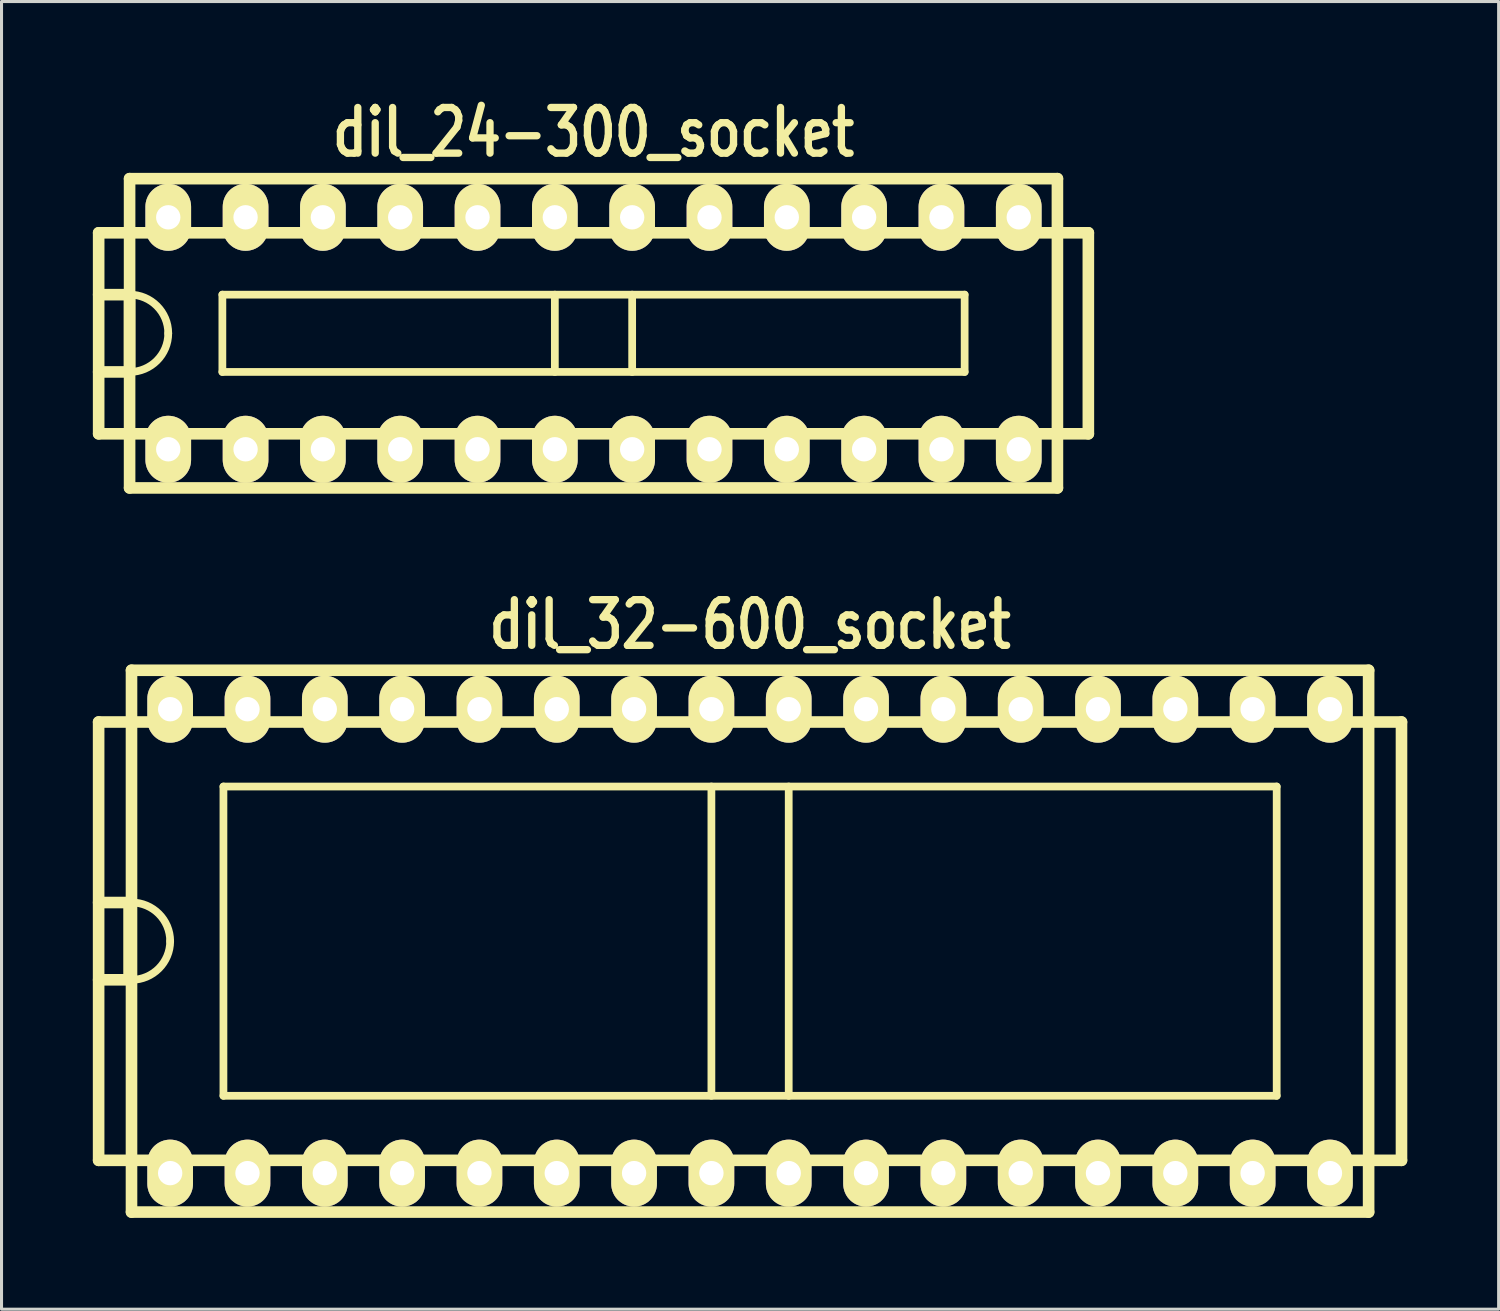
<source format=kicad_pcb>
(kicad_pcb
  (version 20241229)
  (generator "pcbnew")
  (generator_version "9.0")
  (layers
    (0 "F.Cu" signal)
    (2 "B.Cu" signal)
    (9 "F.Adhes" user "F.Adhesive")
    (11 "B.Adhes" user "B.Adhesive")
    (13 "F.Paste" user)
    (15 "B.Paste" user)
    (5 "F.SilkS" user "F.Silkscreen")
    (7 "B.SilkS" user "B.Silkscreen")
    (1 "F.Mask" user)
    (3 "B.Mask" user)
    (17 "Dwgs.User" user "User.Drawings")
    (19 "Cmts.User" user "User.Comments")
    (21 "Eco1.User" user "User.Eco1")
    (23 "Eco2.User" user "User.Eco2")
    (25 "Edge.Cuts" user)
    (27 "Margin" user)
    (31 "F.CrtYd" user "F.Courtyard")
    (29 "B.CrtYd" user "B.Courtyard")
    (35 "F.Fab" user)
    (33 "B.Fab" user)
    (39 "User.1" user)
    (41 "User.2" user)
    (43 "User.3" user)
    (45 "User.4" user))
  (footprint "dil_24-300_socket"
    (layer "F.Cu")
    (at 16.447 7.899)
    (property "Reference" "dil_24-300_socket" (at 0 -6.6 0) (layer "F.SilkS") (effects (font (size 1.5 1.2) (thickness 0.24))))
    (attr through_hole)
    (fp_line (start -16.256 -3.302) (end 16.256 -3.302) (stroke (width 0.381) (type solid)) (layer "F.SilkS"))
    (fp_line (start -16.256 3.302) (end -16.256 -3.302) (stroke (width 0.381) (type solid)) (layer "F.SilkS"))
    (fp_line (start -15.24 -5.08) (end 15.24 -5.08) (stroke (width 0.381) (type solid)) (layer "F.SilkS"))
    (fp_line (start -15.24 -1.27) (end -16.256 -1.27) (stroke (width 0.381) (type solid)) (layer "F.SilkS"))
    (fp_line (start -15.24 -1.27) (end -15.24 1.27) (stroke (width 0.381) (type solid)) (layer "F.SilkS"))
    (fp_line (start -15.24 1.27) (end -16.256 1.27) (stroke (width 0.381) (type solid)) (layer "F.SilkS"))
    (fp_line (start -15.24 5.08) (end -15.24 -5.08) (stroke (width 0.381) (type solid)) (layer "F.SilkS"))
    (fp_line (start -15.24 5.08) (end 15.24 5.08) (stroke (width 0.381) (type solid)) (layer "F.SilkS"))
    (fp_line (start -12.192 -1.27) (end -12.192 1.27) (stroke (width 0.254) (type solid)) (layer "F.SilkS"))
    (fp_line (start -12.192 -1.27) (end 12.192 -1.27) (stroke (width 0.254) (type solid)) (layer "F.SilkS"))
    (fp_line (start -1.27 -1.27) (end -1.27 1.27) (stroke (width 0.254) (type solid)) (layer "F.SilkS"))
    (fp_line (start 1.27 -1.27) (end 1.27 1.27) (stroke (width 0.254) (type solid)) (layer "F.SilkS"))
    (fp_line (start 12.192 1.27) (end -12.192 1.27) (stroke (width 0.254) (type solid)) (layer "F.SilkS"))
    (fp_line (start 12.192 1.27) (end 12.192 -1.27) (stroke (width 0.254) (type solid)) (layer "F.SilkS"))
    (fp_line (start 15.24 -5.08) (end 15.24 5.08) (stroke (width 0.381) (type solid)) (layer "F.SilkS"))
    (fp_line (start 16.256 -3.302) (end 16.256 3.302) (stroke (width 0.381) (type solid)) (layer "F.SilkS"))
    (fp_line (start 16.256 3.302) (end -16.256 3.302) (stroke (width 0.381) (type solid)) (layer "F.SilkS"))
    (fp_arc (start -15.24 -1.27) (mid -14.341974 -0.898026) (end -13.97 0) (stroke (width 0.254) (type solid)) (layer "F.SilkS"))
    (fp_arc (start -13.97 0) (mid -14.341974 0.898026) (end -15.24 1.27) (stroke (width 0.254) (type solid)) (layer "F.SilkS"))
    (pad "1" thru_hole oval (at -13.97 3.81) (size 1.5 2.2) (drill 0.8) (layers "*.Cu" "*.Mask" "F.SilkS"))
    (pad "2" thru_hole oval (at -11.43 3.81) (size 1.5 2.2) (drill 0.8) (layers "*.Cu" "*.Mask" "F.SilkS"))
    (pad "3" thru_hole oval (at -8.89 3.81) (size 1.5 2.2) (drill 0.8) (layers "*.Cu" "*.Mask" "F.SilkS"))
    (pad "4" thru_hole oval (at -6.35 3.81) (size 1.5 2.2) (drill 0.8) (layers "*.Cu" "*.Mask" "F.SilkS"))
    (pad "5" thru_hole oval (at -3.81 3.81) (size 1.5 2.2) (drill 0.8) (layers "*.Cu" "*.Mask" "F.SilkS"))
    (pad "6" thru_hole oval (at -1.27 3.81) (size 1.5 2.2) (drill 0.8) (layers "*.Cu" "*.Mask" "F.SilkS"))
    (pad "7" thru_hole oval (at 1.27 3.81) (size 1.5 2.2) (drill 0.8) (layers "*.Cu" "*.Mask" "F.SilkS"))
    (pad "8" thru_hole oval (at 3.81 3.81) (size 1.5 2.2) (drill 0.8) (layers "*.Cu" "*.Mask" "F.SilkS"))
    (pad "9" thru_hole oval (at 6.35 3.81) (size 1.5 2.2) (drill 0.8) (layers "*.Cu" "*.Mask" "F.SilkS"))
    (pad "10" thru_hole oval (at 8.89 3.81) (size 1.5 2.2) (drill 0.8) (layers "*.Cu" "*.Mask" "F.SilkS"))
    (pad "11" thru_hole oval (at 11.43 3.81) (size 1.5 2.2) (drill 0.8) (layers "*.Cu" "*.Mask" "F.SilkS"))
    (pad "12" thru_hole oval (at 13.97 3.81) (size 1.5 2.2) (drill 0.8) (layers "*.Cu" "*.Mask" "F.SilkS"))
    (pad "13" thru_hole oval (at 13.97 -3.81) (size 1.5 2.2) (drill 0.8) (layers "*.Cu" "*.Mask" "F.SilkS"))
    (pad "14" thru_hole oval (at 11.43 -3.81) (size 1.5 2.2) (drill 0.8) (layers "*.Cu" "*.Mask" "F.SilkS"))
    (pad "15" thru_hole oval (at 8.89 -3.81) (size 1.5 2.2) (drill 0.8) (layers "*.Cu" "*.Mask" "F.SilkS"))
    (pad "16" thru_hole oval (at 6.35 -3.81) (size 1.5 2.2) (drill 0.8) (layers "*.Cu" "*.Mask" "F.SilkS"))
    (pad "17" thru_hole oval (at 3.81 -3.81) (size 1.5 2.2) (drill 0.8) (layers "*.Cu" "*.Mask" "F.SilkS"))
    (pad "18" thru_hole oval (at 1.27 -3.81) (size 1.5 2.2) (drill 0.8) (layers "*.Cu" "*.Mask" "F.SilkS"))
    (pad "19" thru_hole oval (at -1.27 -3.81) (size 1.5 2.2) (drill 0.8) (layers "*.Cu" "*.Mask" "F.SilkS"))
    (pad "20" thru_hole oval (at -3.81 -3.81) (size 1.5 2.2) (drill 0.8) (layers "*.Cu" "*.Mask" "F.SilkS"))
    (pad "21" thru_hole oval (at -6.35 -3.81) (size 1.5 2.2) (drill 0.8) (layers "*.Cu" "*.Mask" "F.SilkS"))
    (pad "22" thru_hole oval (at -8.89 -3.81) (size 1.5 2.2) (drill 0.8) (layers "*.Cu" "*.Mask" "F.SilkS"))
    (pad "23" thru_hole oval (at -11.43 -3.81) (size 1.5 2.2) (drill 0.8) (layers "*.Cu" "*.Mask" "F.SilkS"))
    (pad "24" thru_hole oval (at -13.97 -3.81) (size 1.5 2.2) (drill 0.8) (layers "*.Cu" "*.Mask" "F.SilkS")))
  (footprint "dil_32-600_socket"
    (layer "F.Cu")
    (at 21.59 27.868)
    (property "Reference" "dil_32-600_socket" (at 0 -10.4 0) (layer "F.SilkS") (effects (font (size 1.5 1.2) (thickness 0.24))))
    (attr through_hole)
    (fp_line (start -21.4 -7.2) (end -21.4 7.2) (stroke (width 0.381) (type solid)) (layer "F.SilkS"))
    (fp_line (start -20.4 -1.27) (end -21.4 -1.27) (stroke (width 0.381) (type solid)) (layer "F.SilkS"))
    (fp_line (start -20.4 -1.27) (end -20.4 1.27) (stroke (width 0.381) (type solid)) (layer "F.SilkS"))
    (fp_line (start -20.4 1.27) (end -21.4 1.27) (stroke (width 0.381) (type solid)) (layer "F.SilkS"))
    (fp_line (start -20.32 -8.9) (end 20.32 -8.9) (stroke (width 0.381) (type solid)) (layer "F.SilkS"))
    (fp_line (start -20.32 8.9) (end -20.32 -8.9) (stroke (width 0.381) (type solid)) (layer "F.SilkS"))
    (fp_line (start -20.32 8.9) (end 20.32 8.9) (stroke (width 0.381) (type solid)) (layer "F.SilkS"))
    (fp_line (start -17.3 -5.08) (end -17.3 5.08) (stroke (width 0.254) (type solid)) (layer "F.SilkS"))
    (fp_line (start -17.3 -5.08) (end 17.3 -5.08) (stroke (width 0.254) (type solid)) (layer "F.SilkS"))
    (fp_line (start -1.27 -5.08) (end -1.27 5.08) (stroke (width 0.254) (type solid)) (layer "F.SilkS"))
    (fp_line (start 1.27 5.08) (end 1.27 -5.08) (stroke (width 0.254) (type solid)) (layer "F.SilkS"))
    (fp_line (start 17.3 -5.08) (end 17.3 5.08) (stroke (width 0.254) (type solid)) (layer "F.SilkS"))
    (fp_line (start 17.3 5.08) (end -17.3 5.08) (stroke (width 0.254) (type solid)) (layer "F.SilkS"))
    (fp_line (start 20.32 -8.9) (end 20.32 8.9) (stroke (width 0.381) (type solid)) (layer "F.SilkS"))
    (fp_line (start 21.4 -7.2) (end -21.4 -7.2) (stroke (width 0.381) (type solid)) (layer "F.SilkS"))
    (fp_line (start 21.4 7.2) (end -21.4 7.2) (stroke (width 0.381) (type solid)) (layer "F.SilkS"))
    (fp_line (start 21.4 7.2) (end 21.4 -7.2) (stroke (width 0.381) (type solid)) (layer "F.SilkS"))
    (fp_arc (start -20.32 -1.27) (mid -19.421974 -0.898026) (end -19.05 0) (stroke (width 0.254) (type solid)) (layer "F.SilkS"))
    (fp_arc (start -19.05 0) (mid -19.421974 0.898026) (end -20.32 1.27) (stroke (width 0.254) (type solid)) (layer "F.SilkS"))
    (pad "1" thru_hole oval (at -19.05 7.62) (size 1.5 2.2) (drill 0.8) (layers "*.Cu" "*.Mask" "F.SilkS"))
    (pad "2" thru_hole oval (at -16.51 7.62) (size 1.5 2.2) (drill 0.8) (layers "*.Cu" "*.Mask" "F.SilkS"))
    (pad "3" thru_hole oval (at -13.97 7.62) (size 1.5 2.2) (drill 0.8) (layers "*.Cu" "*.Mask" "F.SilkS"))
    (pad "4" thru_hole oval (at -11.43 7.62) (size 1.5 2.2) (drill 0.8) (layers "*.Cu" "*.Mask" "F.SilkS"))
    (pad "5" thru_hole oval (at -8.89 7.62) (size 1.5 2.2) (drill 0.8) (layers "*.Cu" "*.Mask" "F.SilkS"))
    (pad "6" thru_hole oval (at -6.35 7.62) (size 1.5 2.2) (drill 0.8) (layers "*.Cu" "*.Mask" "F.SilkS"))
    (pad "7" thru_hole oval (at -3.81 7.62) (size 1.5 2.2) (drill 0.8) (layers "*.Cu" "*.Mask" "F.SilkS"))
    (pad "8" thru_hole oval (at -1.27 7.62) (size 1.5 2.2) (drill 0.8) (layers "*.Cu" "*.Mask" "F.SilkS"))
    (pad "9" thru_hole oval (at 1.27 7.62) (size 1.5 2.2) (drill 0.8) (layers "*.Cu" "*.Mask" "F.SilkS"))
    (pad "10" thru_hole oval (at 3.81 7.62) (size 1.5 2.2) (drill 0.8) (layers "*.Cu" "*.Mask" "F.SilkS"))
    (pad "11" thru_hole oval (at 6.35 7.62) (size 1.5 2.2) (drill 0.8) (layers "*.Cu" "*.Mask" "F.SilkS"))
    (pad "12" thru_hole oval (at 8.89 7.62) (size 1.5 2.2) (drill 0.8) (layers "*.Cu" "*.Mask" "F.SilkS"))
    (pad "13" thru_hole oval (at 11.43 7.62) (size 1.5 2.2) (drill 0.8) (layers "*.Cu" "*.Mask" "F.SilkS"))
    (pad "14" thru_hole oval (at 13.97 7.62) (size 1.5 2.2) (drill 0.8) (layers "*.Cu" "*.Mask" "F.SilkS"))
    (pad "15" thru_hole oval (at 16.51 7.62) (size 1.5 2.2) (drill 0.8) (layers "*.Cu" "*.Mask" "F.SilkS"))
    (pad "16" thru_hole oval (at 19.05 7.62) (size 1.5 2.2) (drill 0.8) (layers "*.Cu" "*.Mask" "F.SilkS"))
    (pad "17" thru_hole oval (at 19.05 -7.62) (size 1.5 2.2) (drill 0.8) (layers "*.Cu" "*.Mask" "F.SilkS"))
    (pad "18" thru_hole oval (at 16.51 -7.62) (size 1.5 2.2) (drill 0.8) (layers "*.Cu" "*.Mask" "F.SilkS"))
    (pad "19" thru_hole oval (at 13.97 -7.62) (size 1.5 2.2) (drill 0.8) (layers "*.Cu" "*.Mask" "F.SilkS"))
    (pad "20" thru_hole oval (at 11.43 -7.62) (size 1.5 2.2) (drill 0.8) (layers "*.Cu" "*.Mask" "F.SilkS"))
    (pad "21" thru_hole oval (at 8.89 -7.62) (size 1.5 2.2) (drill 0.8) (layers "*.Cu" "*.Mask" "F.SilkS"))
    (pad "22" thru_hole oval (at 6.35 -7.62) (size 1.5 2.2) (drill 0.8) (layers "*.Cu" "*.Mask" "F.SilkS"))
    (pad "23" thru_hole oval (at 3.81 -7.62) (size 1.5 2.2) (drill 0.8) (layers "*.Cu" "*.Mask" "F.SilkS"))
    (pad "24" thru_hole oval (at 1.27 -7.62) (size 1.5 2.2) (drill 0.8) (layers "*.Cu" "*.Mask" "F.SilkS"))
    (pad "25" thru_hole oval (at -1.27 -7.62) (size 1.5 2.2) (drill 0.8) (layers "*.Cu" "*.Mask" "F.SilkS"))
    (pad "26" thru_hole oval (at -3.81 -7.62) (size 1.5 2.2) (drill 0.8) (layers "*.Cu" "*.Mask" "F.SilkS"))
    (pad "27" thru_hole oval (at -6.35 -7.62) (size 1.5 2.2) (drill 0.8) (layers "*.Cu" "*.Mask" "F.SilkS"))
    (pad "28" thru_hole oval (at -8.89 -7.62) (size 1.5 2.2) (drill 0.8) (layers "*.Cu" "*.Mask" "F.SilkS"))
    (pad "29" thru_hole oval (at -11.43 -7.62) (size 1.5 2.2) (drill 0.8) (layers "*.Cu" "*.Mask" "F.SilkS"))
    (pad "30" thru_hole oval (at -13.97 -7.62) (size 1.5 2.2) (drill 0.8) (layers "*.Cu" "*.Mask" "F.SilkS"))
    (pad "31" thru_hole oval (at -16.51 -7.62) (size 1.5 2.2) (drill 0.8) (layers "*.Cu" "*.Mask" "F.SilkS"))
    (pad "32" thru_hole oval (at -19.05 -7.62) (size 1.5 2.2) (drill 0.8) (layers "*.Cu" "*.Mask" "F.SilkS")))
  (gr_rect
    (start -3 -3)
    (end 46.181 39.958)
    (stroke (width 0.1) (type default))
    (fill no)
    (layer "Edge.Cuts")))
</source>
